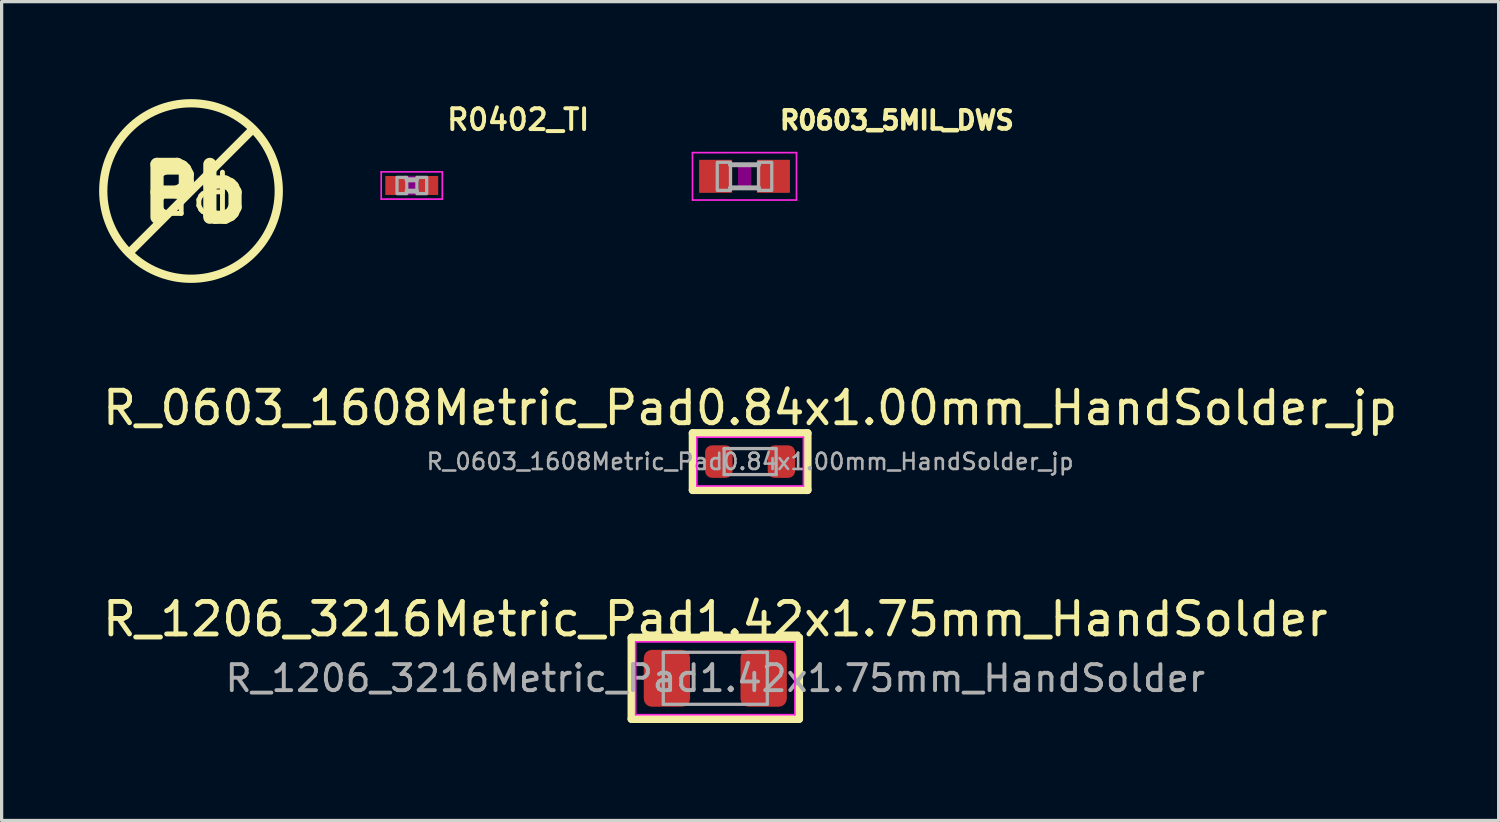
<source format=kicad_pcb>
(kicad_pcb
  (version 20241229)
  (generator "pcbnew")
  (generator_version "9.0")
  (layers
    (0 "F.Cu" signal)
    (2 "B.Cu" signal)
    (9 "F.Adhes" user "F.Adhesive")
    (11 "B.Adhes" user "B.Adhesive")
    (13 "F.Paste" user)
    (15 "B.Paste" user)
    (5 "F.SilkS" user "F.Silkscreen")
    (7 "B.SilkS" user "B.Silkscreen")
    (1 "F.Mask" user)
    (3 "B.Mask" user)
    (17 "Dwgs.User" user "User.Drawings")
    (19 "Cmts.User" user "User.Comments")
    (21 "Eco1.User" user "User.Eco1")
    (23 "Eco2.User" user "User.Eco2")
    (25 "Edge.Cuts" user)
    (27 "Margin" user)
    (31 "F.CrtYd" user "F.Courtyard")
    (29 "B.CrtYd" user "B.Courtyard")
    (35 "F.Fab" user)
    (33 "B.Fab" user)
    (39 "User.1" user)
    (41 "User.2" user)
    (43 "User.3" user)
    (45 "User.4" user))
  (footprint "R0402_TI"
    (layer "F.Cu")
    (at 9.619 2.657)
    (property "Reference" "R0402_TI" (at 1.016 -1.651 0) (unlocked yes) (layer "F.SilkS") (effects (font (size 0.64 0.64) (thickness 0.122)) (justify left bottom)))
    (fp_poly (pts (xy -0.2 0.3) (xy 0.2 0.3) (xy 0.2 -0.3) (xy -0.2 -0.3)) (stroke (width 0) (type default)) (fill yes) (layer "F.Adhes"))
    (fp_line (start -0.94 -0.419) (end 0.94 -0.419) (stroke (width 0.051) (type solid)) (layer "F.CrtYd"))
    (fp_line (start -0.94 0.419) (end -0.94 -0.419) (stroke (width 0.051) (type solid)) (layer "F.CrtYd"))
    (fp_line (start 0.94 -0.419) (end 0.94 0.419) (stroke (width 0.051) (type solid)) (layer "F.CrtYd"))
    (fp_line (start 0.94 0.419) (end -0.94 0.419) (stroke (width 0.051) (type solid)) (layer "F.CrtYd"))
    (fp_line (start -0.145 -0.174) (end 0.145 -0.174) (stroke (width 0.152) (type solid)) (layer "F.Fab"))
    (fp_line (start 0.145 0.174) (end -0.145 0.174) (stroke (width 0.152) (type solid)) (layer "F.Fab"))
    (fp_poly (pts (xy -0.454 0.25) (xy -0.154 0.25) (xy -0.154 -0.25) (xy -0.454 -0.25)) (stroke (width 0.1) (type default)) (fill no) (layer "F.Fab"))
    (fp_poly (pts (xy 0.159 0.25) (xy 0.459 0.25) (xy 0.459 -0.25) (xy 0.159 -0.25)) (stroke (width 0.1) (type default)) (fill no) (layer "F.Fab"))
    (pad "1" smd rect (at -0.508 0 180) (size 0.61 0.584) (layers "F.Cu" "F.Mask" "F.Paste"))
    (pad "2" smd rect (at 0.508 0 180) (size 0.61 0.584) (layers "F.Cu" "F.Mask" "F.Paste")))
  (footprint "R0603_5MIL_DWS"
    (layer "F.Cu")
    (at 19.857 2.375)
    (property "Reference" "R0603_5MIL_DWS" (at 1.016 -1.397 0) (unlocked yes) (layer "F.SilkS") (effects (font (size 0.559 0.559) (thickness 0.203)) (justify left bottom)))
    (fp_poly (pts (xy -0.2 0.4) (xy 0.2 0.4) (xy 0.2 -0.4) (xy -0.2 -0.4)) (stroke (width 0) (type default)) (fill yes) (layer "F.Adhes"))
    (fp_line (start -1.6 -0.729) (end 1.6 -0.729) (stroke (width 0.051) (type solid)) (layer "F.CrtYd"))
    (fp_line (start -1.6 0.729) (end -1.6 -0.729) (stroke (width 0.051) (type solid)) (layer "F.CrtYd"))
    (fp_line (start 1.6 -0.729) (end 1.6 0.729) (stroke (width 0.051) (type solid)) (layer "F.CrtYd"))
    (fp_line (start 1.6 0.729) (end -1.6 0.729) (stroke (width 0.051) (type solid)) (layer "F.CrtYd"))
    (fp_line (start -0.432 0.356) (end 0.432 0.356) (stroke (width 0.152) (type solid)) (layer "F.Fab"))
    (fp_line (start 0.432 -0.356) (end -0.432 -0.356) (stroke (width 0.152) (type solid)) (layer "F.Fab"))
    (fp_poly (pts (xy -0.838 0.432) (xy -0.432 0.432) (xy -0.432 -0.432) (xy -0.838 -0.432)) (stroke (width 0.1) (type default)) (fill no) (layer "F.Fab"))
    (fp_poly (pts (xy 0.432 0.432) (xy 0.838 0.432) (xy 0.838 -0.432) (xy 0.432 -0.432)) (stroke (width 0.1) (type default)) (fill no) (layer "F.Fab"))
    (pad "1" smd rect (at -0.889 0 180) (size 1.016 1.016) (layers "F.Cu" "F.Mask" "F.Paste"))
    (pad "2" smd rect (at 0.889 0 180) (size 1.016 1.016) (layers "F.Cu" "F.Mask" "F.Paste")))
  (footprint "R_1206_3216Metric_Pad1.42x1.75mm_HandSolder"
    (layer "F.Cu")
    (at 18.958 17.82)
    (property "Reference" "R_1206_3216Metric_Pad1.42x1.75mm_HandSolder" (at 0 -1.82 0) (layer "F.SilkS") (effects (font (size 1 1) (thickness 0.15))))
    (attr smd)
    (fp_line (start -2.575 -1.25) (end -2.575 1.25) (stroke (width 0.25) (type solid)) (layer "F.SilkS"))
    (fp_line (start 2.575 -1.25) (end -2.575 -1.25) (stroke (width 0.25) (type solid)) (layer "F.SilkS"))
    (fp_line (start 2.575 1.25) (end -2.575 1.25) (stroke (width 0.25) (type solid)) (layer "F.SilkS"))
    (fp_line (start 2.575 1.25) (end 2.575 -1.25) (stroke (width 0.25) (type solid)) (layer "F.SilkS"))
    (fp_line (start -2.45 -1.12) (end 2.45 -1.12) (stroke (width 0.05) (type solid)) (layer "F.CrtYd"))
    (fp_line (start -2.45 1.12) (end -2.45 -1.12) (stroke (width 0.05) (type solid)) (layer "F.CrtYd"))
    (fp_line (start 2.45 -1.12) (end 2.45 1.12) (stroke (width 0.05) (type solid)) (layer "F.CrtYd"))
    (fp_line (start 2.45 1.12) (end -2.45 1.12) (stroke (width 0.05) (type solid)) (layer "F.CrtYd"))
    (fp_line (start -1.6 -0.8) (end 1.6 -0.8) (stroke (width 0.1) (type solid)) (layer "F.Fab"))
    (fp_line (start -1.6 0.8) (end -1.6 -0.8) (stroke (width 0.1) (type solid)) (layer "F.Fab"))
    (fp_line (start 1.6 -0.8) (end 1.6 0.8) (stroke (width 0.1) (type solid)) (layer "F.Fab"))
    (fp_line (start 1.6 0.8) (end -1.6 0.8) (stroke (width 0.1) (type solid)) (layer "F.Fab"))
    (fp_text user "${REFERENCE}" (at 0 0 0) (layer "F.Fab") (effects (font (size 0.8 0.8) (thickness 0.12))))
    (pad "1" smd roundrect (at -1.488 0) (size 1.425 1.75) (layers "F.Cu" "F.Mask" "F.Paste") (roundrect_rratio 0.175))
    (pad "2" smd roundrect (at 1.488 0) (size 1.425 1.75) (layers "F.Cu" "F.Mask" "F.Paste") (roundrect_rratio 0.175)))
  (footprint "PB"
    (layer "F.Cu")
    (at 2.827 2.827)
    (property "Reference" "PB" (at 0 0 180) (unlocked yes) (layer "F.SilkS") (effects (font (size 1.27 1.27) (thickness 0.15))))
    (fp_line (start -1.9 1.9) (end 1.9 -1.9) (stroke (width 0.254) (type solid)) (layer "F.SilkS"))
    (fp_circle (center 0 0) (end 2.7 0) (stroke (width 0.254) (type solid)) (fill no) (layer "F.SilkS"))
    (fp_text user "Pb" (at -1.7 1.027 180) (layer "F.SilkS") (effects (font (size 1.626 1.626) (thickness 0.406)) (justify left bottom))))
  (footprint "R_0603_1608Metric_Pad0.84x1.00mm_HandSolder_jp"
    (layer "F.Cu")
    (at 20.03 11.152)
    (property "Reference" "R_0603_1608Metric_Pad0.84x1.00mm_HandSolder_jp" (at 0 -1.65 0) (layer "F.SilkS") (effects (font (size 1 1) (thickness 0.15))))
    (attr smd)
    (fp_line (start -1.765 -0.875) (end 1.765 -0.875) (stroke (width 0.25) (type solid)) (layer "F.SilkS"))
    (fp_line (start -1.765 0.875) (end -1.765 -0.875) (stroke (width 0.25) (type solid)) (layer "F.SilkS"))
    (fp_line (start 1.765 -0.875) (end 1.765 0.875) (stroke (width 0.25) (type solid)) (layer "F.SilkS"))
    (fp_line (start 1.765 0.875) (end -1.765 0.875) (stroke (width 0.25) (type solid)) (layer "F.SilkS"))
    (fp_line (start -1.64 -0.75) (end 1.64 -0.75) (stroke (width 0.05) (type solid)) (layer "F.CrtYd"))
    (fp_line (start -1.64 0.75) (end -1.64 -0.75) (stroke (width 0.05) (type solid)) (layer "F.CrtYd"))
    (fp_line (start 1.64 -0.75) (end 1.64 0.75) (stroke (width 0.05) (type solid)) (layer "F.CrtYd"))
    (fp_line (start 1.64 0.75) (end -1.64 0.75) (stroke (width 0.05) (type solid)) (layer "F.CrtYd"))
    (fp_line (start -0.8 -0.4) (end 0.8 -0.4) (stroke (width 0.1) (type solid)) (layer "F.Fab"))
    (fp_line (start -0.8 0.4) (end -0.8 -0.4) (stroke (width 0.1) (type solid)) (layer "F.Fab"))
    (fp_line (start 0.8 -0.4) (end 0.8 0.4) (stroke (width 0.1) (type solid)) (layer "F.Fab"))
    (fp_line (start 0.8 0.4) (end -0.8 0.4) (stroke (width 0.1) (type solid)) (layer "F.Fab"))
    (fp_text user "${REFERENCE}" (at 0 0 0) (layer "F.Fab") (effects (font (size 0.5 0.5) (thickness 0.08))))
    (pad "1" smd roundrect (at -0.963 0) (size 0.845 1) (layers "F.Cu" "F.Mask" "F.Paste") (roundrect_rratio 0.25))
    (pad "2" smd roundrect (at 0.963 0) (size 0.845 1) (layers "F.Cu" "F.Mask" "F.Paste") (roundrect_rratio 0.25)))
  (gr_rect
    (start -3 -3)
    (end 43.06 22.195)
    (stroke (width 0.1) (type default))
    (fill no)
    (layer "Edge.Cuts")))
</source>
